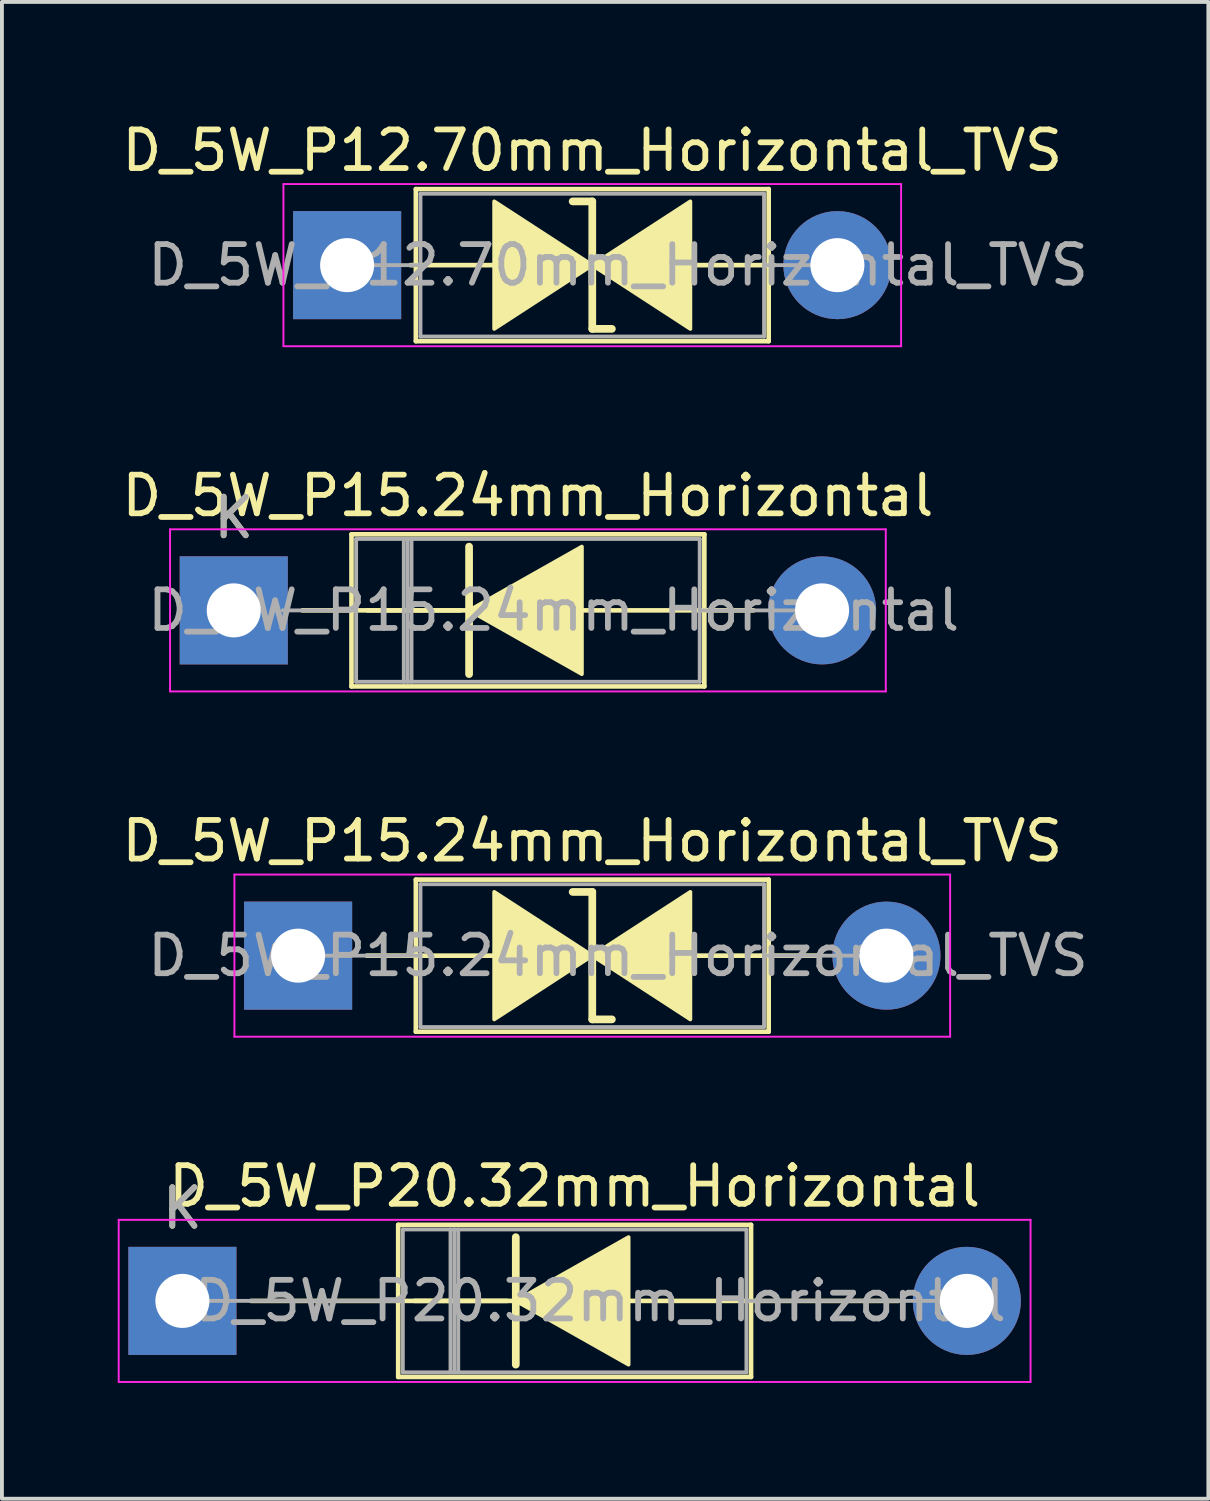
<source format=kicad_pcb>
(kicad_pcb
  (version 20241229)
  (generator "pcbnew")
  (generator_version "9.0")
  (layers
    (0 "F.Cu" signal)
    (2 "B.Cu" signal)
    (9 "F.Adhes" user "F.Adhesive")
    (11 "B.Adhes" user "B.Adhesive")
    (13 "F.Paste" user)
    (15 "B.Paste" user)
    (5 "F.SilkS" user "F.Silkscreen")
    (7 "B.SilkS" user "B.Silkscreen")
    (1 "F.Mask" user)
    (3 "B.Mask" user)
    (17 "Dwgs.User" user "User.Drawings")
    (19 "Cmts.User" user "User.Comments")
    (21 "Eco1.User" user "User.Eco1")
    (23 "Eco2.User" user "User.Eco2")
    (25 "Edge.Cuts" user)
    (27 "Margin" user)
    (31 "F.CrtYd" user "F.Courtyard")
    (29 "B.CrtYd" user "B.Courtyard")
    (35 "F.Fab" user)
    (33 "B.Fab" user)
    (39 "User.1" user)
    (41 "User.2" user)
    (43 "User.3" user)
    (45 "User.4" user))
  (footprint "D_5W_P15.24mm_Horizontal"
    (layer "F.Cu")
    (at 3.005 12.761)
    (property "Reference" "D_5W_P15.24mm_Horizontal" (at 7.62 -2.97 0) (layer "F.SilkS") (effects (font (size 1 1) (thickness 0.15))))
    (attr through_hole)
    (fp_line (start 1.778 0) (end 6.096 0) (stroke (width 0.12) (type solid)) (layer "F.SilkS"))
    (fp_line (start 3.05 -1.97) (end 3.05 1.97) (stroke (width 0.12) (type solid)) (layer "F.SilkS"))
    (fp_line (start 3.05 1.97) (end 12.19 1.97) (stroke (width 0.12) (type solid)) (layer "F.SilkS"))
    (fp_line (start 5.87 0) (end 3.47 0) (stroke (width 0.12) (type solid)) (layer "F.SilkS"))
    (fp_line (start 6.096 -1.651) (end 6.096 1.651) (stroke (width 0.2) (type solid)) (layer "F.SilkS"))
    (fp_line (start 12.19 -1.97) (end 3.05 -1.97) (stroke (width 0.12) (type solid)) (layer "F.SilkS"))
    (fp_line (start 12.19 1.97) (end 12.19 -1.97) (stroke (width 0.12) (type solid)) (layer "F.SilkS"))
    (fp_line (start 13.462 0) (end 8.89 0) (stroke (width 0.12) (type solid)) (layer "F.SilkS"))
    (fp_poly (pts (xy 9.017 1.651) (xy 6.096 0) (xy 9.017 -1.651)) (stroke (width 0.1) (type solid)) (fill yes) (layer "F.SilkS"))
    (fp_line (start -1.65 -2.1) (end -1.65 2.1) (stroke (width 0.05) (type solid)) (layer "F.CrtYd"))
    (fp_line (start -1.65 2.1) (end 16.89 2.1) (stroke (width 0.05) (type solid)) (layer "F.CrtYd"))
    (fp_line (start 16.89 -2.1) (end -1.65 -2.1) (stroke (width 0.05) (type solid)) (layer "F.CrtYd"))
    (fp_line (start 16.89 2.1) (end 16.89 -2.1) (stroke (width 0.05) (type solid)) (layer "F.CrtYd"))
    (fp_line (start 1.27 0) (end 3.17 0) (stroke (width 0.1) (type solid)) (layer "F.Fab"))
    (fp_line (start 3.17 -1.85) (end 3.17 1.85) (stroke (width 0.1) (type solid)) (layer "F.Fab"))
    (fp_line (start 3.17 1.85) (end 12.07 1.85) (stroke (width 0.1) (type solid)) (layer "F.Fab"))
    (fp_line (start 4.405 -1.85) (end 4.405 1.85) (stroke (width 0.1) (type solid)) (layer "F.Fab"))
    (fp_line (start 4.505 -1.85) (end 4.505 1.85) (stroke (width 0.1) (type solid)) (layer "F.Fab"))
    (fp_line (start 4.605 -1.85) (end 4.605 1.85) (stroke (width 0.1) (type solid)) (layer "F.Fab"))
    (fp_line (start 12.07 -1.85) (end 3.17 -1.85) (stroke (width 0.1) (type solid)) (layer "F.Fab"))
    (fp_line (start 12.07 1.85) (end 12.07 -1.85) (stroke (width 0.1) (type solid)) (layer "F.Fab"))
    (fp_line (start 15.24 0) (end 12.07 0) (stroke (width 0.1) (type solid)) (layer "F.Fab"))
    (fp_text user "K" (at 0 -2.4 0) (layer "F.SilkS") (effects (font (size 1 1) (thickness 0.15))))
    (fp_text user "${REFERENCE}" (at 8.287 0 0) (layer "F.Fab") (effects (font (size 1 1) (thickness 0.15))))
    (fp_text user "K" (at 0 -2.4 0) (layer "F.Fab") (effects (font (size 1 1) (thickness 0.15))))
    (pad "1" thru_hole rect (at 0 0) (size 2.8 2.8) (drill 1.4) (layers "*.Cu" "*.Mask"))
    (pad "2" thru_hole oval (at 15.24 0) (size 2.8 2.8) (drill 1.4) (layers "*.Cu" "*.Mask")))
  (footprint "D_5W_P12.70mm_Horizontal_TVS"
    (layer "F.Cu")
    (at 5.942 3.818)
    (property "Reference" "D_5W_P12.70mm_Horizontal_TVS" (at 6.35 -2.97 0) (layer "F.SilkS") (effects (font (size 1 1) (thickness 0.15))))
    (attr through_hole)
    (fp_line (start 1.64 0) (end 1.78 0) (stroke (width 0.12) (type solid)) (layer "F.SilkS"))
    (fp_line (start 1.778 0) (end 3.81 0) (stroke (width 0.12) (type solid)) (layer "F.SilkS"))
    (fp_line (start 1.78 -1.97) (end 1.78 1.97) (stroke (width 0.12) (type solid)) (layer "F.SilkS"))
    (fp_line (start 1.78 1.97) (end 10.92 1.97) (stroke (width 0.12) (type solid)) (layer "F.SilkS"))
    (fp_line (start 6.35 -1.651) (end 5.842 -1.651) (stroke (width 0.2) (type solid)) (layer "F.SilkS"))
    (fp_line (start 6.35 1.651) (end 6.35 -1.651) (stroke (width 0.2) (type solid)) (layer "F.SilkS"))
    (fp_line (start 6.858 1.651) (end 6.35 1.651) (stroke (width 0.2) (type solid)) (layer "F.SilkS"))
    (fp_line (start 10.92 -1.97) (end 1.78 -1.97) (stroke (width 0.12) (type solid)) (layer "F.SilkS"))
    (fp_line (start 10.92 0) (end 8.89 0) (stroke (width 0.12) (type solid)) (layer "F.SilkS"))
    (fp_line (start 10.92 1.97) (end 10.92 -1.97) (stroke (width 0.12) (type solid)) (layer "F.SilkS"))
    (fp_line (start 11.06 0) (end 10.92 0) (stroke (width 0.12) (type solid)) (layer "F.SilkS"))
    (fp_poly (pts (xy 6.35 0) (xy 3.81 1.651) (xy 3.81 -1.651)) (stroke (width 0.1) (type solid)) (fill yes) (layer "F.SilkS"))
    (fp_poly (pts (xy 6.35 0) (xy 8.89 -1.651) (xy 8.89 1.651)) (stroke (width 0.1) (type solid)) (fill yes) (layer "F.SilkS"))
    (fp_line (start -1.65 -2.1) (end -1.65 2.1) (stroke (width 0.05) (type solid)) (layer "F.CrtYd"))
    (fp_line (start -1.65 2.1) (end 14.35 2.1) (stroke (width 0.05) (type solid)) (layer "F.CrtYd"))
    (fp_line (start 14.35 -2.1) (end -1.65 -2.1) (stroke (width 0.05) (type solid)) (layer "F.CrtYd"))
    (fp_line (start 14.35 2.1) (end 14.35 -2.1) (stroke (width 0.05) (type solid)) (layer "F.CrtYd"))
    (fp_line (start 0 0) (end 1.9 0) (stroke (width 0.1) (type solid)) (layer "F.Fab"))
    (fp_line (start 1.9 -1.85) (end 1.9 1.85) (stroke (width 0.1) (type solid)) (layer "F.Fab"))
    (fp_line (start 1.9 1.85) (end 10.8 1.85) (stroke (width 0.1) (type solid)) (layer "F.Fab"))
    (fp_line (start 10.8 -1.85) (end 1.9 -1.85) (stroke (width 0.1) (type solid)) (layer "F.Fab"))
    (fp_line (start 10.8 1.85) (end 10.8 -1.85) (stroke (width 0.1) (type solid)) (layer "F.Fab"))
    (fp_line (start 12.7 0) (end 10.8 0) (stroke (width 0.1) (type solid)) (layer "F.Fab"))
    (fp_text user "${REFERENCE}" (at 7.018 0 0) (layer "F.Fab") (effects (font (size 1 1) (thickness 0.15))))
    (pad "1" thru_hole rect (at 0 0) (size 2.8 2.8) (drill 1.4) (layers "*.Cu" "*.Mask"))
    (pad "2" thru_hole oval (at 12.7 0) (size 2.8 2.8) (drill 1.4) (layers "*.Cu" "*.Mask")))
  (footprint "D_5W_P20.32mm_Horizontal"
    (layer "F.Cu")
    (at 1.675 30.648)
    (property "Reference" "D_5W_P20.32mm_Horizontal" (at 10.16 -2.97 0) (layer "F.SilkS") (effects (font (size 1 1) (thickness 0.15))))
    (attr through_hole)
    (fp_line (start 1.778 0) (end 8.41 0) (stroke (width 0.12) (type solid)) (layer "F.SilkS"))
    (fp_line (start 5.59 -1.97) (end 5.59 1.97) (stroke (width 0.12) (type solid)) (layer "F.SilkS"))
    (fp_line (start 5.59 1.97) (end 14.73 1.97) (stroke (width 0.12) (type solid)) (layer "F.SilkS"))
    (fp_line (start 8.636 -1.651) (end 8.636 1.651) (stroke (width 0.2) (type solid)) (layer "F.SilkS"))
    (fp_line (start 8.636 0) (end 6.01 0) (stroke (width 0.12) (type solid)) (layer "F.SilkS"))
    (fp_line (start 14.73 -1.97) (end 5.59 -1.97) (stroke (width 0.12) (type solid)) (layer "F.SilkS"))
    (fp_line (start 14.73 1.97) (end 14.73 -1.97) (stroke (width 0.12) (type solid)) (layer "F.SilkS"))
    (fp_line (start 18.542 0) (end 11.43 0) (stroke (width 0.12) (type solid)) (layer "F.SilkS"))
    (fp_poly (pts (xy 11.557 1.651) (xy 8.636 0) (xy 11.557 -1.651)) (stroke (width 0.1) (type solid)) (fill yes) (layer "F.SilkS"))
    (fp_line (start -1.65 -2.1) (end -1.65 2.1) (stroke (width 0.05) (type solid)) (layer "F.CrtYd"))
    (fp_line (start -1.65 2.1) (end 21.97 2.1) (stroke (width 0.05) (type solid)) (layer "F.CrtYd"))
    (fp_line (start 21.97 -2.1) (end -1.65 -2.1) (stroke (width 0.05) (type solid)) (layer "F.CrtYd"))
    (fp_line (start 21.97 2.1) (end 21.97 -2.1) (stroke (width 0.05) (type solid)) (layer "F.CrtYd"))
    (fp_line (start 0 0) (end 5.71 0) (stroke (width 0.1) (type solid)) (layer "F.Fab"))
    (fp_line (start 5.71 -1.85) (end 5.71 1.85) (stroke (width 0.1) (type solid)) (layer "F.Fab"))
    (fp_line (start 5.71 1.85) (end 14.61 1.85) (stroke (width 0.1) (type solid)) (layer "F.Fab"))
    (fp_line (start 6.945 -1.85) (end 6.945 1.85) (stroke (width 0.1) (type solid)) (layer "F.Fab"))
    (fp_line (start 7.045 -1.85) (end 7.045 1.85) (stroke (width 0.1) (type solid)) (layer "F.Fab"))
    (fp_line (start 7.145 -1.85) (end 7.145 1.85) (stroke (width 0.1) (type solid)) (layer "F.Fab"))
    (fp_line (start 14.61 -1.85) (end 5.71 -1.85) (stroke (width 0.1) (type solid)) (layer "F.Fab"))
    (fp_line (start 14.61 1.85) (end 14.61 -1.85) (stroke (width 0.1) (type solid)) (layer "F.Fab"))
    (fp_line (start 20.32 0) (end 14.61 0) (stroke (width 0.1) (type solid)) (layer "F.Fab"))
    (fp_text user "K" (at 0 -2.4 0) (layer "F.SilkS") (effects (font (size 1 1) (thickness 0.15))))
    (fp_text user "${REFERENCE}" (at 10.828 0 0) (layer "F.Fab") (effects (font (size 1 1) (thickness 0.15))))
    (fp_text user "K" (at 0 -2.4 0) (layer "F.Fab") (effects (font (size 1 1) (thickness 0.15))))
    (pad "1" thru_hole rect (at 0 0) (size 2.8 2.8) (drill 1.4) (layers "*.Cu" "*.Mask"))
    (pad "2" thru_hole oval (at 20.32 0) (size 2.8 2.8) (drill 1.4) (layers "*.Cu" "*.Mask")))
  (footprint "D_5W_P15.24mm_Horizontal_TVS"
    (layer "F.Cu")
    (at 4.672 21.705)
    (property "Reference" "D_5W_P15.24mm_Horizontal_TVS" (at 7.62 -2.97 0) (layer "F.SilkS") (effects (font (size 1 1) (thickness 0.15))))
    (attr through_hole)
    (fp_line (start 1.778 0) (end 3.05 0) (stroke (width 0.12) (type solid)) (layer "F.SilkS"))
    (fp_line (start 3.048 0) (end 5.08 0) (stroke (width 0.12) (type solid)) (layer "F.SilkS"))
    (fp_line (start 3.05 -1.97) (end 3.05 1.97) (stroke (width 0.12) (type solid)) (layer "F.SilkS"))
    (fp_line (start 3.05 1.97) (end 12.19 1.97) (stroke (width 0.12) (type solid)) (layer "F.SilkS"))
    (fp_line (start 7.62 -1.651) (end 7.112 -1.651) (stroke (width 0.2) (type solid)) (layer "F.SilkS"))
    (fp_line (start 7.62 1.651) (end 7.62 -1.651) (stroke (width 0.2) (type solid)) (layer "F.SilkS"))
    (fp_line (start 8.128 1.651) (end 7.62 1.651) (stroke (width 0.2) (type solid)) (layer "F.SilkS"))
    (fp_line (start 12.19 -1.97) (end 3.05 -1.97) (stroke (width 0.12) (type solid)) (layer "F.SilkS"))
    (fp_line (start 12.19 0) (end 10.16 0) (stroke (width 0.12) (type solid)) (layer "F.SilkS"))
    (fp_line (start 12.19 1.97) (end 12.19 -1.97) (stroke (width 0.12) (type solid)) (layer "F.SilkS"))
    (fp_line (start 13.462 0) (end 12.19 0) (stroke (width 0.12) (type solid)) (layer "F.SilkS"))
    (fp_poly (pts (xy 7.62 0) (xy 5.08 1.651) (xy 5.08 -1.651)) (stroke (width 0.1) (type solid)) (fill yes) (layer "F.SilkS"))
    (fp_poly (pts (xy 7.62 0) (xy 10.16 -1.651) (xy 10.16 1.651)) (stroke (width 0.1) (type solid)) (fill yes) (layer "F.SilkS"))
    (fp_line (start -1.65 -2.1) (end -1.65 2.1) (stroke (width 0.05) (type solid)) (layer "F.CrtYd"))
    (fp_line (start -1.65 2.1) (end 16.89 2.1) (stroke (width 0.05) (type solid)) (layer "F.CrtYd"))
    (fp_line (start 16.89 -2.1) (end -1.65 -2.1) (stroke (width 0.05) (type solid)) (layer "F.CrtYd"))
    (fp_line (start 16.89 2.1) (end 16.89 -2.1) (stroke (width 0.05) (type solid)) (layer "F.CrtYd"))
    (fp_line (start 0 0) (end 3.17 0) (stroke (width 0.1) (type solid)) (layer "F.Fab"))
    (fp_line (start 3.17 -1.85) (end 3.17 1.85) (stroke (width 0.1) (type solid)) (layer "F.Fab"))
    (fp_line (start 3.17 1.85) (end 12.07 1.85) (stroke (width 0.1) (type solid)) (layer "F.Fab"))
    (fp_line (start 12.07 -1.85) (end 3.17 -1.85) (stroke (width 0.1) (type solid)) (layer "F.Fab"))
    (fp_line (start 12.07 1.85) (end 12.07 -1.85) (stroke (width 0.1) (type solid)) (layer "F.Fab"))
    (fp_line (start 15.24 0) (end 12.07 0) (stroke (width 0.1) (type solid)) (layer "F.Fab"))
    (fp_text user "${REFERENCE}" (at 8.287 0 0) (layer "F.Fab") (effects (font (size 1 1) (thickness 0.15))))
    (pad "1" thru_hole rect (at 0 0) (size 2.8 2.8) (drill 1.4) (layers "*.Cu" "*.Mask"))
    (pad "2" thru_hole oval (at 15.24 0) (size 2.8 2.8) (drill 1.4) (layers "*.Cu" "*.Mask")))
  (gr_rect
    (start -3 -3)
    (end 28.251 35.773)
    (stroke (width 0.1) (type default))
    (fill no)
    (layer "Edge.Cuts")))
</source>
